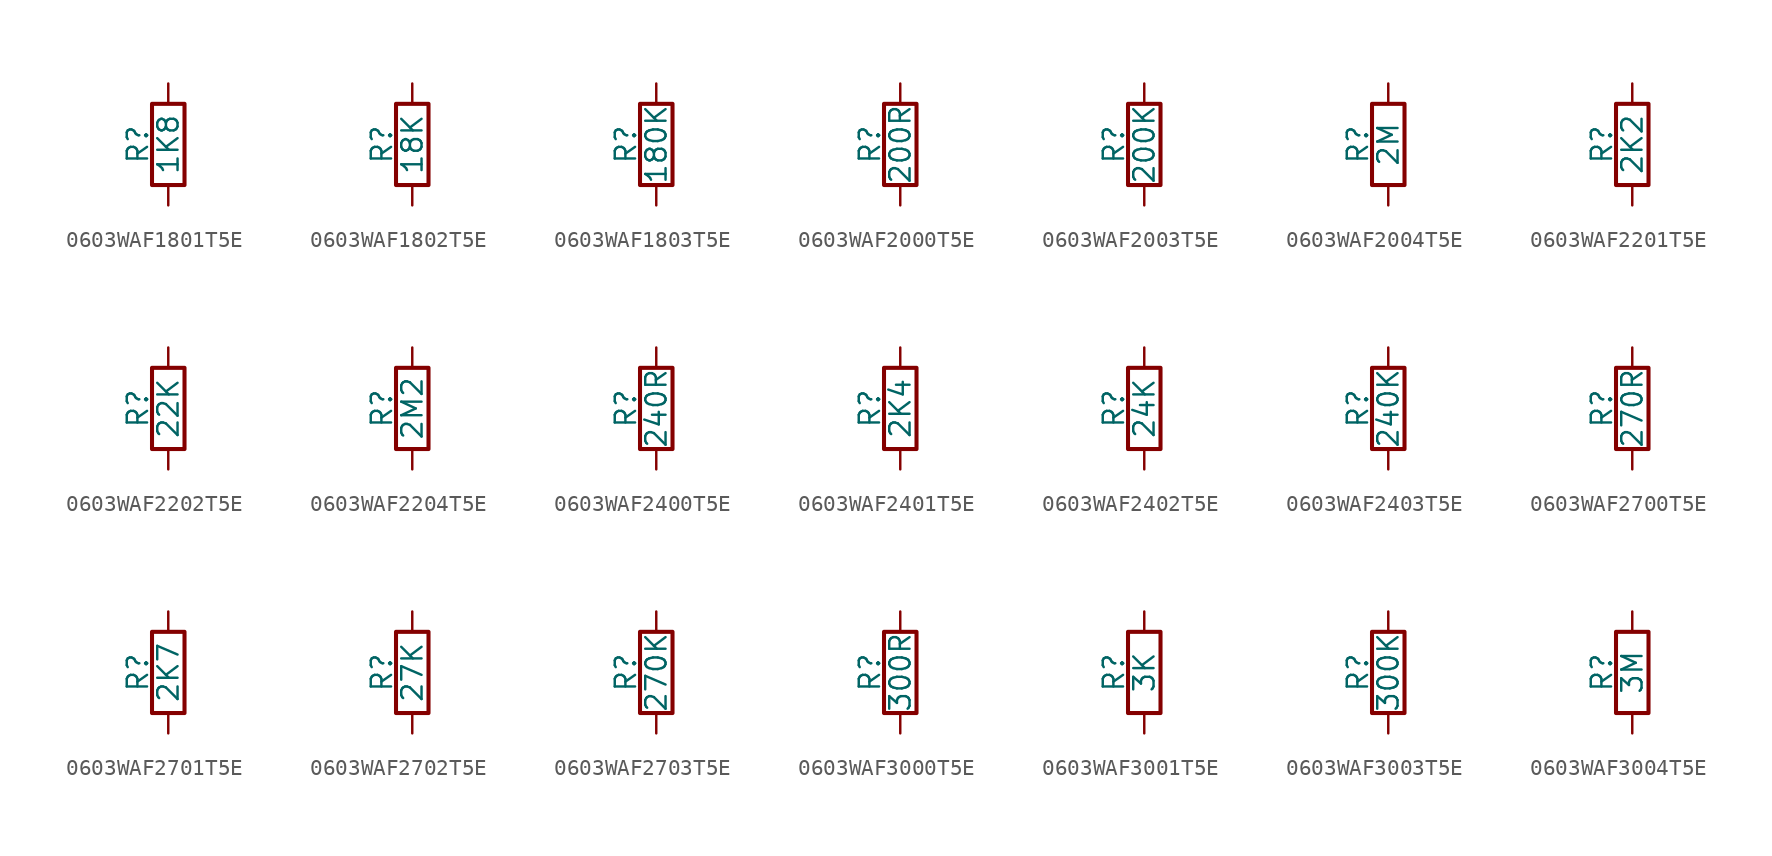
<source format=kicad_sym>
(kicad_symbol_lib
  (version 20211014)
  (generator conandllu_kicad_symbol_generator_20230404_23:29:43)
  (symbol "0603WAF1801T5E"
    (pin_numbers hide)
    (pin_names
      (offset 0))
    (property "Reference" "R"
      (at -1.905 0 90)
      (effects (font (size 1.27 1.27))))
    (property "Value" "1K8"
      (at 0 0 90)
      (effects (font (size 1.27 1.27))))
    (symbol "0603WAF1801T5E_0_1"
      (rectangle (start -1.016 -2.54) (end 1.016 2.54) (stroke (width 0.254) (type default) (color 0 0 0 0)) (fill (type none))))
    (symbol "0603WAF1801T5E_1_1"
      (pin passive line (at 0 3.81 270) (length 1.27) (name "~" (effects (font (size 1.27 1.27)))) (number "1" (effects (font (size 1.27 1.27)))))
      (pin passive line (at 0 -3.81 90) (length 1.27) (name "~" (effects (font (size 1.27 1.27)))) (number "2" (effects (font (size 1.27 1.27)))))))
  (symbol "0603WAF1802T5E"
    (pin_numbers hide)
    (pin_names
      (offset 0))
    (property "Reference" "R"
      (at -1.905 0 90)
      (effects (font (size 1.27 1.27))))
    (property "Value" "18K"
      (at 0 0 90)
      (effects (font (size 1.27 1.27))))
    (symbol "0603WAF1802T5E_0_1"
      (rectangle (start -1.016 -2.54) (end 1.016 2.54) (stroke (width 0.254) (type default) (color 0 0 0 0)) (fill (type none))))
    (symbol "0603WAF1802T5E_1_1"
      (pin passive line (at 0 3.81 270) (length 1.27) (name "~" (effects (font (size 1.27 1.27)))) (number "1" (effects (font (size 1.27 1.27)))))
      (pin passive line (at 0 -3.81 90) (length 1.27) (name "~" (effects (font (size 1.27 1.27)))) (number "2" (effects (font (size 1.27 1.27)))))))
  (symbol "0603WAF1803T5E"
    (pin_numbers hide)
    (pin_names
      (offset 0))
    (property "Reference" "R"
      (at -1.905 0 90)
      (effects (font (size 1.27 1.27))))
    (property "Value" "180K"
      (at 0 0 90)
      (effects (font (size 1.27 1.27))))
    (symbol "0603WAF1803T5E_0_1"
      (rectangle (start -1.016 -2.54) (end 1.016 2.54) (stroke (width 0.254) (type default) (color 0 0 0 0)) (fill (type none))))
    (symbol "0603WAF1803T5E_1_1"
      (pin passive line (at 0 3.81 270) (length 1.27) (name "~" (effects (font (size 1.27 1.27)))) (number "1" (effects (font (size 1.27 1.27)))))
      (pin passive line (at 0 -3.81 90) (length 1.27) (name "~" (effects (font (size 1.27 1.27)))) (number "2" (effects (font (size 1.27 1.27)))))))
  (symbol "0603WAF2000T5E"
    (pin_numbers hide)
    (pin_names
      (offset 0))
    (property "Reference" "R"
      (at -1.905 0 90)
      (effects (font (size 1.27 1.27))))
    (property "Value" "200R"
      (at 0 0 90)
      (effects (font (size 1.27 1.27))))
    (symbol "0603WAF2000T5E_0_1"
      (rectangle (start -1.016 -2.54) (end 1.016 2.54) (stroke (width 0.254) (type default) (color 0 0 0 0)) (fill (type none))))
    (symbol "0603WAF2000T5E_1_1"
      (pin passive line (at 0 3.81 270) (length 1.27) (name "~" (effects (font (size 1.27 1.27)))) (number "1" (effects (font (size 1.27 1.27)))))
      (pin passive line (at 0 -3.81 90) (length 1.27) (name "~" (effects (font (size 1.27 1.27)))) (number "2" (effects (font (size 1.27 1.27)))))))
  (symbol "0603WAF2003T5E"
    (pin_numbers hide)
    (pin_names
      (offset 0))
    (property "Reference" "R"
      (at -1.905 0 90)
      (effects (font (size 1.27 1.27))))
    (property "Value" "200K"
      (at 0 0 90)
      (effects (font (size 1.27 1.27))))
    (symbol "0603WAF2003T5E_0_1"
      (rectangle (start -1.016 -2.54) (end 1.016 2.54) (stroke (width 0.254) (type default) (color 0 0 0 0)) (fill (type none))))
    (symbol "0603WAF2003T5E_1_1"
      (pin passive line (at 0 3.81 270) (length 1.27) (name "~" (effects (font (size 1.27 1.27)))) (number "1" (effects (font (size 1.27 1.27)))))
      (pin passive line (at 0 -3.81 90) (length 1.27) (name "~" (effects (font (size 1.27 1.27)))) (number "2" (effects (font (size 1.27 1.27)))))))
  (symbol "0603WAF2004T5E"
    (pin_numbers hide)
    (pin_names
      (offset 0))
    (property "Reference" "R"
      (at -1.905 0 90)
      (effects (font (size 1.27 1.27))))
    (property "Value" "2M"
      (at 0 0 90)
      (effects (font (size 1.27 1.27))))
    (symbol "0603WAF2004T5E_0_1"
      (rectangle (start -1.016 -2.54) (end 1.016 2.54) (stroke (width 0.254) (type default) (color 0 0 0 0)) (fill (type none))))
    (symbol "0603WAF2004T5E_1_1"
      (pin passive line (at 0 3.81 270) (length 1.27) (name "~" (effects (font (size 1.27 1.27)))) (number "1" (effects (font (size 1.27 1.27)))))
      (pin passive line (at 0 -3.81 90) (length 1.27) (name "~" (effects (font (size 1.27 1.27)))) (number "2" (effects (font (size 1.27 1.27)))))))
  (symbol "0603WAF2201T5E"
    (pin_numbers hide)
    (pin_names
      (offset 0))
    (property "Reference" "R"
      (at -1.905 0 90)
      (effects (font (size 1.27 1.27))))
    (property "Value" "2K2"
      (at 0 0 90)
      (effects (font (size 1.27 1.27))))
    (symbol "0603WAF2201T5E_0_1"
      (rectangle (start -1.016 -2.54) (end 1.016 2.54) (stroke (width 0.254) (type default) (color 0 0 0 0)) (fill (type none))))
    (symbol "0603WAF2201T5E_1_1"
      (pin passive line (at 0 3.81 270) (length 1.27) (name "~" (effects (font (size 1.27 1.27)))) (number "1" (effects (font (size 1.27 1.27)))))
      (pin passive line (at 0 -3.81 90) (length 1.27) (name "~" (effects (font (size 1.27 1.27)))) (number "2" (effects (font (size 1.27 1.27)))))))
  (symbol "0603WAF2202T5E"
    (pin_numbers hide)
    (pin_names
      (offset 0))
    (property "Reference" "R"
      (at -1.905 0 90)
      (effects (font (size 1.27 1.27))))
    (property "Value" "22K"
      (at 0 0 90)
      (effects (font (size 1.27 1.27))))
    (symbol "0603WAF2202T5E_0_1"
      (rectangle (start -1.016 -2.54) (end 1.016 2.54) (stroke (width 0.254) (type default) (color 0 0 0 0)) (fill (type none))))
    (symbol "0603WAF2202T5E_1_1"
      (pin passive line (at 0 3.81 270) (length 1.27) (name "~" (effects (font (size 1.27 1.27)))) (number "1" (effects (font (size 1.27 1.27)))))
      (pin passive line (at 0 -3.81 90) (length 1.27) (name "~" (effects (font (size 1.27 1.27)))) (number "2" (effects (font (size 1.27 1.27)))))))
  (symbol "0603WAF2204T5E"
    (pin_numbers hide)
    (pin_names
      (offset 0))
    (property "Reference" "R"
      (at -1.905 0 90)
      (effects (font (size 1.27 1.27))))
    (property "Value" "2M2"
      (at 0 0 90)
      (effects (font (size 1.27 1.27))))
    (symbol "0603WAF2204T5E_0_1"
      (rectangle (start -1.016 -2.54) (end 1.016 2.54) (stroke (width 0.254) (type default) (color 0 0 0 0)) (fill (type none))))
    (symbol "0603WAF2204T5E_1_1"
      (pin passive line (at 0 3.81 270) (length 1.27) (name "~" (effects (font (size 1.27 1.27)))) (number "1" (effects (font (size 1.27 1.27)))))
      (pin passive line (at 0 -3.81 90) (length 1.27) (name "~" (effects (font (size 1.27 1.27)))) (number "2" (effects (font (size 1.27 1.27)))))))
  (symbol "0603WAF2400T5E"
    (pin_numbers hide)
    (pin_names
      (offset 0))
    (property "Reference" "R"
      (at -1.905 0 90)
      (effects (font (size 1.27 1.27))))
    (property "Value" "240R"
      (at 0 0 90)
      (effects (font (size 1.27 1.27))))
    (symbol "0603WAF2400T5E_0_1"
      (rectangle (start -1.016 -2.54) (end 1.016 2.54) (stroke (width 0.254) (type default) (color 0 0 0 0)) (fill (type none))))
    (symbol "0603WAF2400T5E_1_1"
      (pin passive line (at 0 3.81 270) (length 1.27) (name "~" (effects (font (size 1.27 1.27)))) (number "1" (effects (font (size 1.27 1.27)))))
      (pin passive line (at 0 -3.81 90) (length 1.27) (name "~" (effects (font (size 1.27 1.27)))) (number "2" (effects (font (size 1.27 1.27)))))))
  (symbol "0603WAF2401T5E"
    (pin_numbers hide)
    (pin_names
      (offset 0))
    (property "Reference" "R"
      (at -1.905 0 90)
      (effects (font (size 1.27 1.27))))
    (property "Value" "2K4"
      (at 0 0 90)
      (effects (font (size 1.27 1.27))))
    (symbol "0603WAF2401T5E_0_1"
      (rectangle (start -1.016 -2.54) (end 1.016 2.54) (stroke (width 0.254) (type default) (color 0 0 0 0)) (fill (type none))))
    (symbol "0603WAF2401T5E_1_1"
      (pin passive line (at 0 3.81 270) (length 1.27) (name "~" (effects (font (size 1.27 1.27)))) (number "1" (effects (font (size 1.27 1.27)))))
      (pin passive line (at 0 -3.81 90) (length 1.27) (name "~" (effects (font (size 1.27 1.27)))) (number "2" (effects (font (size 1.27 1.27)))))))
  (symbol "0603WAF2402T5E"
    (pin_numbers hide)
    (pin_names
      (offset 0))
    (property "Reference" "R"
      (at -1.905 0 90)
      (effects (font (size 1.27 1.27))))
    (property "Value" "24K"
      (at 0 0 90)
      (effects (font (size 1.27 1.27))))
    (symbol "0603WAF2402T5E_0_1"
      (rectangle (start -1.016 -2.54) (end 1.016 2.54) (stroke (width 0.254) (type default) (color 0 0 0 0)) (fill (type none))))
    (symbol "0603WAF2402T5E_1_1"
      (pin passive line (at 0 3.81 270) (length 1.27) (name "~" (effects (font (size 1.27 1.27)))) (number "1" (effects (font (size 1.27 1.27)))))
      (pin passive line (at 0 -3.81 90) (length 1.27) (name "~" (effects (font (size 1.27 1.27)))) (number "2" (effects (font (size 1.27 1.27)))))))
  (symbol "0603WAF2403T5E"
    (pin_numbers hide)
    (pin_names
      (offset 0))
    (property "Reference" "R"
      (at -1.905 0 90)
      (effects (font (size 1.27 1.27))))
    (property "Value" "240K"
      (at 0 0 90)
      (effects (font (size 1.27 1.27))))
    (symbol "0603WAF2403T5E_0_1"
      (rectangle (start -1.016 -2.54) (end 1.016 2.54) (stroke (width 0.254) (type default) (color 0 0 0 0)) (fill (type none))))
    (symbol "0603WAF2403T5E_1_1"
      (pin passive line (at 0 3.81 270) (length 1.27) (name "~" (effects (font (size 1.27 1.27)))) (number "1" (effects (font (size 1.27 1.27)))))
      (pin passive line (at 0 -3.81 90) (length 1.27) (name "~" (effects (font (size 1.27 1.27)))) (number "2" (effects (font (size 1.27 1.27)))))))
  (symbol "0603WAF2700T5E"
    (pin_numbers hide)
    (pin_names
      (offset 0))
    (property "Reference" "R"
      (at -1.905 0 90)
      (effects (font (size 1.27 1.27))))
    (property "Value" "270R"
      (at 0 0 90)
      (effects (font (size 1.27 1.27))))
    (symbol "0603WAF2700T5E_0_1"
      (rectangle (start -1.016 -2.54) (end 1.016 2.54) (stroke (width 0.254) (type default) (color 0 0 0 0)) (fill (type none))))
    (symbol "0603WAF2700T5E_1_1"
      (pin passive line (at 0 3.81 270) (length 1.27) (name "~" (effects (font (size 1.27 1.27)))) (number "1" (effects (font (size 1.27 1.27)))))
      (pin passive line (at 0 -3.81 90) (length 1.27) (name "~" (effects (font (size 1.27 1.27)))) (number "2" (effects (font (size 1.27 1.27)))))))
  (symbol "0603WAF2701T5E"
    (pin_numbers hide)
    (pin_names
      (offset 0))
    (property "Reference" "R"
      (at -1.905 0 90)
      (effects (font (size 1.27 1.27))))
    (property "Value" "2K7"
      (at 0 0 90)
      (effects (font (size 1.27 1.27))))
    (symbol "0603WAF2701T5E_0_1"
      (rectangle (start -1.016 -2.54) (end 1.016 2.54) (stroke (width 0.254) (type default) (color 0 0 0 0)) (fill (type none))))
    (symbol "0603WAF2701T5E_1_1"
      (pin passive line (at 0 3.81 270) (length 1.27) (name "~" (effects (font (size 1.27 1.27)))) (number "1" (effects (font (size 1.27 1.27)))))
      (pin passive line (at 0 -3.81 90) (length 1.27) (name "~" (effects (font (size 1.27 1.27)))) (number "2" (effects (font (size 1.27 1.27)))))))
  (symbol "0603WAF2702T5E"
    (pin_numbers hide)
    (pin_names
      (offset 0))
    (property "Reference" "R"
      (at -1.905 0 90)
      (effects (font (size 1.27 1.27))))
    (property "Value" "27K"
      (at 0 0 90)
      (effects (font (size 1.27 1.27))))
    (symbol "0603WAF2702T5E_0_1"
      (rectangle (start -1.016 -2.54) (end 1.016 2.54) (stroke (width 0.254) (type default) (color 0 0 0 0)) (fill (type none))))
    (symbol "0603WAF2702T5E_1_1"
      (pin passive line (at 0 3.81 270) (length 1.27) (name "~" (effects (font (size 1.27 1.27)))) (number "1" (effects (font (size 1.27 1.27)))))
      (pin passive line (at 0 -3.81 90) (length 1.27) (name "~" (effects (font (size 1.27 1.27)))) (number "2" (effects (font (size 1.27 1.27)))))))
  (symbol "0603WAF2703T5E"
    (pin_numbers hide)
    (pin_names
      (offset 0))
    (property "Reference" "R"
      (at -1.905 0 90)
      (effects (font (size 1.27 1.27))))
    (property "Value" "270K"
      (at 0 0 90)
      (effects (font (size 1.27 1.27))))
    (symbol "0603WAF2703T5E_0_1"
      (rectangle (start -1.016 -2.54) (end 1.016 2.54) (stroke (width 0.254) (type default) (color 0 0 0 0)) (fill (type none))))
    (symbol "0603WAF2703T5E_1_1"
      (pin passive line (at 0 3.81 270) (length 1.27) (name "~" (effects (font (size 1.27 1.27)))) (number "1" (effects (font (size 1.27 1.27)))))
      (pin passive line (at 0 -3.81 90) (length 1.27) (name "~" (effects (font (size 1.27 1.27)))) (number "2" (effects (font (size 1.27 1.27)))))))
  (symbol "0603WAF3000T5E"
    (pin_numbers hide)
    (pin_names
      (offset 0))
    (property "Reference" "R"
      (at -1.905 0 90)
      (effects (font (size 1.27 1.27))))
    (property "Value" "300R"
      (at 0 0 90)
      (effects (font (size 1.27 1.27))))
    (symbol "0603WAF3000T5E_0_1"
      (rectangle (start -1.016 -2.54) (end 1.016 2.54) (stroke (width 0.254) (type default) (color 0 0 0 0)) (fill (type none))))
    (symbol "0603WAF3000T5E_1_1"
      (pin passive line (at 0 3.81 270) (length 1.27) (name "~" (effects (font (size 1.27 1.27)))) (number "1" (effects (font (size 1.27 1.27)))))
      (pin passive line (at 0 -3.81 90) (length 1.27) (name "~" (effects (font (size 1.27 1.27)))) (number "2" (effects (font (size 1.27 1.27)))))))
  (symbol "0603WAF3001T5E"
    (pin_numbers hide)
    (pin_names
      (offset 0))
    (property "Reference" "R"
      (at -1.905 0 90)
      (effects (font (size 1.27 1.27))))
    (property "Value" "3K"
      (at 0 0 90)
      (effects (font (size 1.27 1.27))))
    (symbol "0603WAF3001T5E_0_1"
      (rectangle (start -1.016 -2.54) (end 1.016 2.54) (stroke (width 0.254) (type default) (color 0 0 0 0)) (fill (type none))))
    (symbol "0603WAF3001T5E_1_1"
      (pin passive line (at 0 3.81 270) (length 1.27) (name "~" (effects (font (size 1.27 1.27)))) (number "1" (effects (font (size 1.27 1.27)))))
      (pin passive line (at 0 -3.81 90) (length 1.27) (name "~" (effects (font (size 1.27 1.27)))) (number "2" (effects (font (size 1.27 1.27)))))))
  (symbol "0603WAF3003T5E"
    (pin_numbers hide)
    (pin_names
      (offset 0))
    (property "Reference" "R"
      (at -1.905 0 90)
      (effects (font (size 1.27 1.27))))
    (property "Value" "300K"
      (at 0 0 90)
      (effects (font (size 1.27 1.27))))
    (symbol "0603WAF3003T5E_0_1"
      (rectangle (start -1.016 -2.54) (end 1.016 2.54) (stroke (width 0.254) (type default) (color 0 0 0 0)) (fill (type none))))
    (symbol "0603WAF3003T5E_1_1"
      (pin passive line (at 0 3.81 270) (length 1.27) (name "~" (effects (font (size 1.27 1.27)))) (number "1" (effects (font (size 1.27 1.27)))))
      (pin passive line (at 0 -3.81 90) (length 1.27) (name "~" (effects (font (size 1.27 1.27)))) (number "2" (effects (font (size 1.27 1.27)))))))
  (symbol "0603WAF3004T5E"
    (pin_numbers hide)
    (pin_names
      (offset 0))
    (property "Reference" "R"
      (at -1.905 0 90)
      (effects (font (size 1.27 1.27))))
    (property "Value" "3M"
      (at 0 0 90)
      (effects (font (size 1.27 1.27))))
    (symbol "0603WAF3004T5E_0_1"
      (rectangle (start -1.016 -2.54) (end 1.016 2.54) (stroke (width 0.254) (type default) (color 0 0 0 0)) (fill (type none))))
    (symbol "0603WAF3004T5E_1_1"
      (pin passive line (at 0 3.81 270) (length 1.27) (name "~" (effects (font (size 1.27 1.27)))) (number "1" (effects (font (size 1.27 1.27)))))
      (pin passive line (at 0 -3.81 90) (length 1.27) (name "~" (effects (font (size 1.27 1.27)))) (number "2" (effects (font (size 1.27 1.27))))))))
</source>
